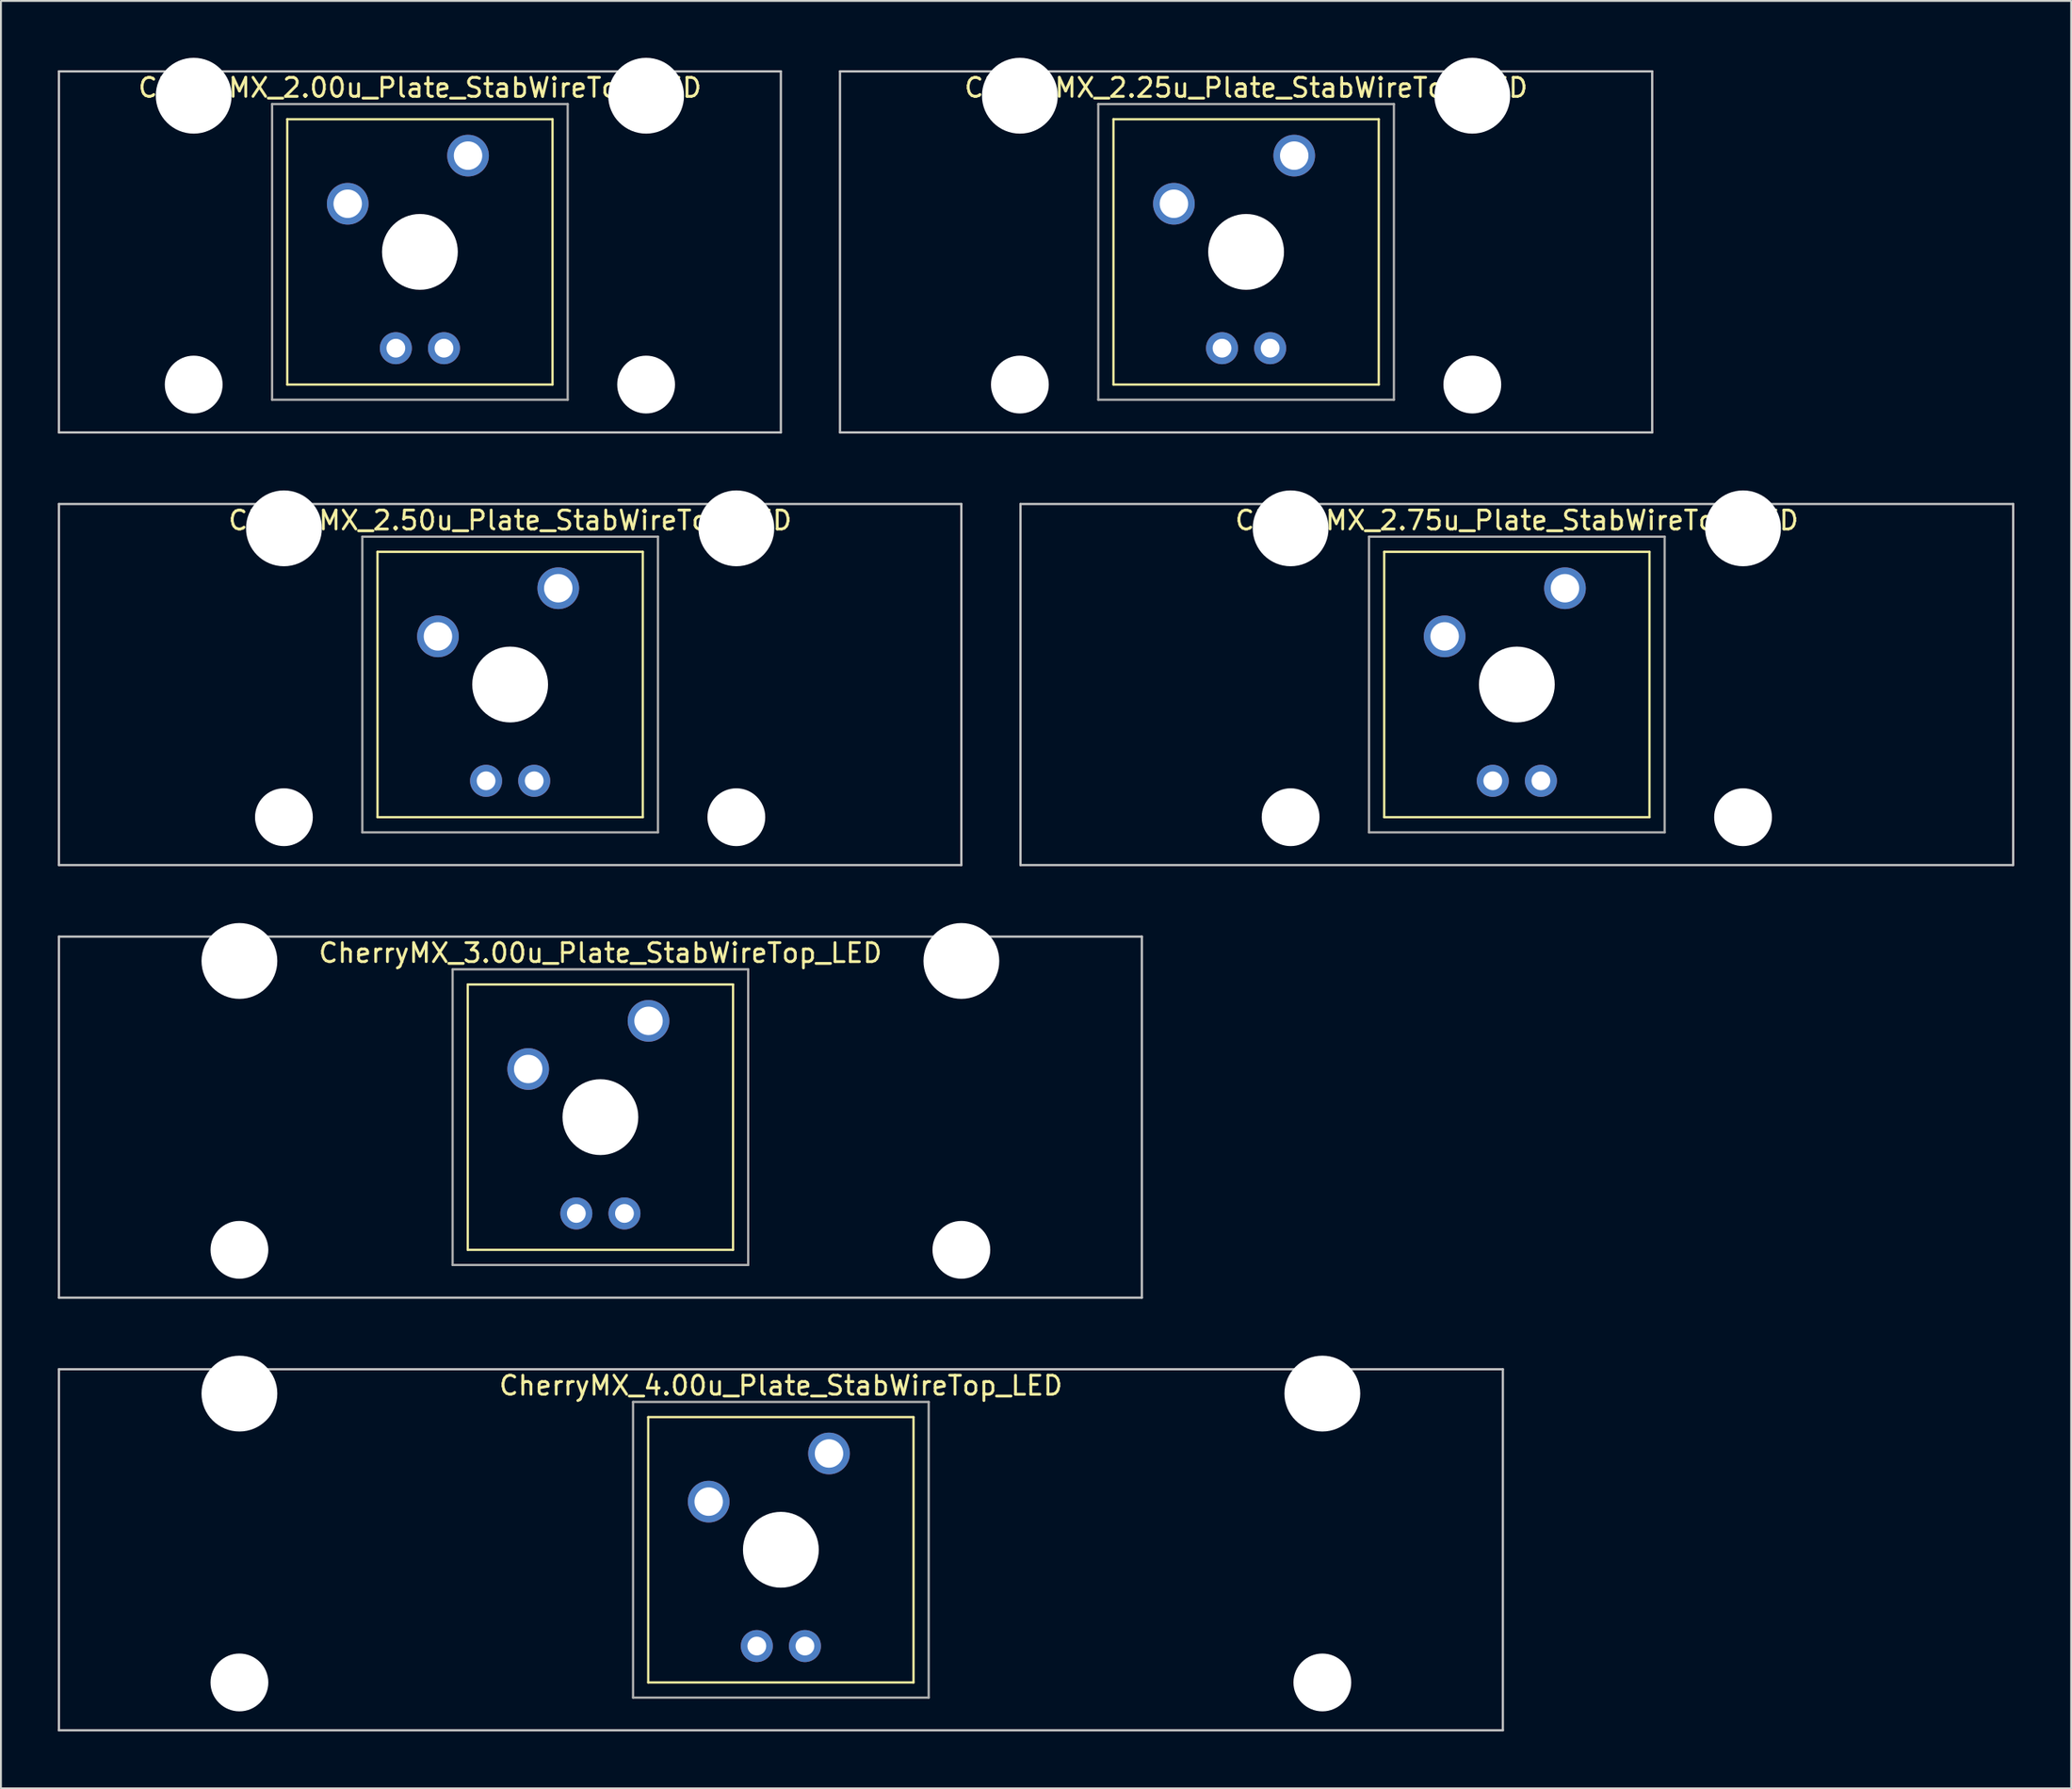
<source format=kicad_pcb>
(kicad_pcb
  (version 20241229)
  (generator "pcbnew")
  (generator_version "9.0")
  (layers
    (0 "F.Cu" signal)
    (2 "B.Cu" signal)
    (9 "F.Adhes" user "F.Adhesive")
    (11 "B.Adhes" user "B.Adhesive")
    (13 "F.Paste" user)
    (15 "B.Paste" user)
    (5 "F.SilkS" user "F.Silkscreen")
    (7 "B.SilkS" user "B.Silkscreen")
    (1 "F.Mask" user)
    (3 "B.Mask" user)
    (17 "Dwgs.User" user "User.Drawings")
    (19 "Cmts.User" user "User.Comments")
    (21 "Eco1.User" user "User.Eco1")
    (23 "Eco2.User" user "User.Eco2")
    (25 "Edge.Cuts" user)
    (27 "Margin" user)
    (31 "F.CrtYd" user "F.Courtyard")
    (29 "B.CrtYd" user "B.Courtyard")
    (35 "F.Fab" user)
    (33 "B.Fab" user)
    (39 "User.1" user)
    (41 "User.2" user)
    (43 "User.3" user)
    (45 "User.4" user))
  (footprint "CherryMX_2.75u_Plate_StabWireTop_LED"
    (layer "F.Cu")
    (at 76.999 33.065)
    (property "Reference" "CherryMX_2.75u_Plate_StabWireTop_LED" (at 0 -8.662 0) (layer "F.SilkS") (effects (font (size 1 1) (thickness 0.15))))
    (attr through_hole)
    (fp_line (start -7 -7) (end -7 7) (stroke (width 0.12) (type solid)) (layer "F.SilkS"))
    (fp_line (start -7 -7) (end 7 -7) (stroke (width 0.12) (type solid)) (layer "F.SilkS"))
    (fp_line (start 7 -7) (end 7 7) (stroke (width 0.12) (type solid)) (layer "F.SilkS"))
    (fp_line (start 7 7) (end -7 7) (stroke (width 0.12) (type solid)) (layer "F.SilkS"))
    (fp_line (start -26.194 -9.525) (end 26.194 -9.525) (stroke (width 0.12) (type solid)) (layer "Dwgs.User"))
    (fp_line (start -26.194 9.525) (end -26.194 -9.525) (stroke (width 0.12) (type solid)) (layer "Dwgs.User"))
    (fp_line (start 26.194 -9.525) (end 26.194 9.525) (stroke (width 0.12) (type solid)) (layer "Dwgs.User"))
    (fp_line (start 26.194 9.525) (end -26.194 9.525) (stroke (width 0.12) (type solid)) (layer "Dwgs.User"))
    (fp_line (start -7.8 -7.8) (end -7.8 7.8) (stroke (width 0.12) (type solid)) (layer "F.Fab"))
    (fp_line (start -7.8 -7.8) (end 7.8 -7.8) (stroke (width 0.12) (type solid)) (layer "F.Fab"))
    (fp_line (start -7.8 7.8) (end 7.8 7.8) (stroke (width 0.12) (type solid)) (layer "F.Fab"))
    (fp_line (start 7.8 -7.8) (end 7.8 7.8) (stroke (width 0.12) (type solid)) (layer "F.Fab"))
    (pad "" np_thru_hole circle (at -11.938 -8.24) (size 4 4) (drill 4) (layers "*.Cu" "*.Mask"))
    (pad "" np_thru_hole circle (at -11.938 7) (size 3.05 3.05) (drill 3.05) (layers "*.Cu" "*.Mask"))
    (pad "" np_thru_hole circle (at 0 0) (size 4 4) (drill 4) (layers "*.Cu" "*.Mask"))
    (pad "" np_thru_hole circle (at 11.938 -8.24) (size 4 4) (drill 4) (layers "*.Cu" "*.Mask"))
    (pad "" np_thru_hole circle (at 11.938 7) (size 3.05 3.05) (drill 3.05) (layers "*.Cu" "*.Mask"))
    (pad "1" thru_hole circle (at -3.81 -2.54) (size 2.2 2.2) (drill 1.5) (layers "*.Cu" "*.Mask"))
    (pad "2" thru_hole circle (at 2.54 -5.08) (size 2.2 2.2) (drill 1.5) (layers "*.Cu" "*.Mask"))
    (pad "3" thru_hole circle (at -1.27 5.08) (size 1.691 1.691) (drill 0.991) (layers "*.Cu" "*.Mask"))
    (pad "4" thru_hole circle (at 1.27 5.08) (size 1.691 1.691) (drill 0.991) (layers "*.Cu" "*.Mask")))
  (footprint "CherryMX_2.00u_Plate_StabWireTop_LED"
    (layer "F.Cu")
    (at 19.11 10.24)
    (property "Reference" "CherryMX_2.00u_Plate_StabWireTop_LED" (at 0 -8.662 0) (layer "F.SilkS") (effects (font (size 1 1) (thickness 0.15))))
    (attr through_hole)
    (fp_line (start -7 -7) (end -7 7) (stroke (width 0.12) (type solid)) (layer "F.SilkS"))
    (fp_line (start -7 -7) (end 7 -7) (stroke (width 0.12) (type solid)) (layer "F.SilkS"))
    (fp_line (start 7 -7) (end 7 7) (stroke (width 0.12) (type solid)) (layer "F.SilkS"))
    (fp_line (start 7 7) (end -7 7) (stroke (width 0.12) (type solid)) (layer "F.SilkS"))
    (fp_line (start -19.05 -9.525) (end 19.05 -9.525) (stroke (width 0.12) (type solid)) (layer "Dwgs.User"))
    (fp_line (start -19.05 9.525) (end -19.05 -9.525) (stroke (width 0.12) (type solid)) (layer "Dwgs.User"))
    (fp_line (start 19.05 -9.525) (end 19.05 9.525) (stroke (width 0.12) (type solid)) (layer "Dwgs.User"))
    (fp_line (start 19.05 9.525) (end -19.05 9.525) (stroke (width 0.12) (type solid)) (layer "Dwgs.User"))
    (fp_line (start -7.8 -7.8) (end -7.8 7.8) (stroke (width 0.12) (type solid)) (layer "F.Fab"))
    (fp_line (start -7.8 -7.8) (end 7.8 -7.8) (stroke (width 0.12) (type solid)) (layer "F.Fab"))
    (fp_line (start -7.8 7.8) (end 7.8 7.8) (stroke (width 0.12) (type solid)) (layer "F.Fab"))
    (fp_line (start 7.8 -7.8) (end 7.8 7.8) (stroke (width 0.12) (type solid)) (layer "F.Fab"))
    (pad "" np_thru_hole circle (at -11.938 -8.24) (size 4 4) (drill 4) (layers "*.Cu" "*.Mask"))
    (pad "" np_thru_hole circle (at -11.938 7) (size 3.05 3.05) (drill 3.05) (layers "*.Cu" "*.Mask"))
    (pad "" np_thru_hole circle (at 0 0) (size 4 4) (drill 4) (layers "*.Cu" "*.Mask"))
    (pad "" np_thru_hole circle (at 11.938 -8.24) (size 4 4) (drill 4) (layers "*.Cu" "*.Mask"))
    (pad "" np_thru_hole circle (at 11.938 7) (size 3.05 3.05) (drill 3.05) (layers "*.Cu" "*.Mask"))
    (pad "1" thru_hole circle (at -3.81 -2.54) (size 2.2 2.2) (drill 1.5) (layers "*.Cu" "*.Mask"))
    (pad "2" thru_hole circle (at 2.54 -5.08) (size 2.2 2.2) (drill 1.5) (layers "*.Cu" "*.Mask"))
    (pad "3" thru_hole circle (at -1.27 5.08) (size 1.691 1.691) (drill 0.991) (layers "*.Cu" "*.Mask"))
    (pad "4" thru_hole circle (at 1.27 5.08) (size 1.691 1.691) (drill 0.991) (layers "*.Cu" "*.Mask")))
  (footprint "CherryMX_3.00u_Plate_StabWireTop_LED"
    (layer "F.Cu")
    (at 28.635 55.89)
    (property "Reference" "CherryMX_3.00u_Plate_StabWireTop_LED" (at 0 -8.662 0) (layer "F.SilkS") (effects (font (size 1 1) (thickness 0.15))))
    (attr through_hole)
    (fp_line (start -7 -7) (end -7 7) (stroke (width 0.12) (type solid)) (layer "F.SilkS"))
    (fp_line (start -7 -7) (end 7 -7) (stroke (width 0.12) (type solid)) (layer "F.SilkS"))
    (fp_line (start 7 -7) (end 7 7) (stroke (width 0.12) (type solid)) (layer "F.SilkS"))
    (fp_line (start 7 7) (end -7 7) (stroke (width 0.12) (type solid)) (layer "F.SilkS"))
    (fp_line (start -28.575 -9.525) (end 28.575 -9.525) (stroke (width 0.12) (type solid)) (layer "Dwgs.User"))
    (fp_line (start -28.575 9.525) (end -28.575 -9.525) (stroke (width 0.12) (type solid)) (layer "Dwgs.User"))
    (fp_line (start 28.575 -9.525) (end 28.575 9.525) (stroke (width 0.12) (type solid)) (layer "Dwgs.User"))
    (fp_line (start 28.575 9.525) (end -28.575 9.525) (stroke (width 0.12) (type solid)) (layer "Dwgs.User"))
    (fp_line (start -7.8 -7.8) (end -7.8 7.8) (stroke (width 0.12) (type solid)) (layer "F.Fab"))
    (fp_line (start -7.8 -7.8) (end 7.8 -7.8) (stroke (width 0.12) (type solid)) (layer "F.Fab"))
    (fp_line (start -7.8 7.8) (end 7.8 7.8) (stroke (width 0.12) (type solid)) (layer "F.Fab"))
    (fp_line (start 7.8 -7.8) (end 7.8 7.8) (stroke (width 0.12) (type solid)) (layer "F.Fab"))
    (pad "" np_thru_hole circle (at -19.05 -8.24) (size 4 4) (drill 4) (layers "*.Cu" "*.Mask"))
    (pad "" np_thru_hole circle (at -19.05 7) (size 3.05 3.05) (drill 3.05) (layers "*.Cu" "*.Mask"))
    (pad "" np_thru_hole circle (at 0 0) (size 4 4) (drill 4) (layers "*.Cu" "*.Mask"))
    (pad "" np_thru_hole circle (at 19.05 -8.24) (size 4 4) (drill 4) (layers "*.Cu" "*.Mask"))
    (pad "" np_thru_hole circle (at 19.05 7) (size 3.05 3.05) (drill 3.05) (layers "*.Cu" "*.Mask"))
    (pad "1" thru_hole circle (at -3.81 -2.54) (size 2.2 2.2) (drill 1.5) (layers "*.Cu" "*.Mask"))
    (pad "2" thru_hole circle (at 2.54 -5.08) (size 2.2 2.2) (drill 1.5) (layers "*.Cu" "*.Mask"))
    (pad "3" thru_hole circle (at -1.27 5.08) (size 1.691 1.691) (drill 0.991) (layers "*.Cu" "*.Mask"))
    (pad "4" thru_hole circle (at 1.27 5.08) (size 1.691 1.691) (drill 0.991) (layers "*.Cu" "*.Mask")))
  (footprint "CherryMX_2.25u_Plate_StabWireTop_LED"
    (layer "F.Cu")
    (at 62.711 10.24)
    (property "Reference" "CherryMX_2.25u_Plate_StabWireTop_LED" (at 0 -8.662 0) (layer "F.SilkS") (effects (font (size 1 1) (thickness 0.15))))
    (attr through_hole)
    (fp_line (start -7 -7) (end -7 7) (stroke (width 0.12) (type solid)) (layer "F.SilkS"))
    (fp_line (start -7 -7) (end 7 -7) (stroke (width 0.12) (type solid)) (layer "F.SilkS"))
    (fp_line (start 7 -7) (end 7 7) (stroke (width 0.12) (type solid)) (layer "F.SilkS"))
    (fp_line (start 7 7) (end -7 7) (stroke (width 0.12) (type solid)) (layer "F.SilkS"))
    (fp_line (start -21.431 -9.525) (end 21.431 -9.525) (stroke (width 0.12) (type solid)) (layer "Dwgs.User"))
    (fp_line (start -21.431 9.525) (end -21.431 -9.525) (stroke (width 0.12) (type solid)) (layer "Dwgs.User"))
    (fp_line (start 21.431 -9.525) (end 21.431 9.525) (stroke (width 0.12) (type solid)) (layer "Dwgs.User"))
    (fp_line (start 21.431 9.525) (end -21.431 9.525) (stroke (width 0.12) (type solid)) (layer "Dwgs.User"))
    (fp_line (start -7.8 -7.8) (end -7.8 7.8) (stroke (width 0.12) (type solid)) (layer "F.Fab"))
    (fp_line (start -7.8 -7.8) (end 7.8 -7.8) (stroke (width 0.12) (type solid)) (layer "F.Fab"))
    (fp_line (start -7.8 7.8) (end 7.8 7.8) (stroke (width 0.12) (type solid)) (layer "F.Fab"))
    (fp_line (start 7.8 -7.8) (end 7.8 7.8) (stroke (width 0.12) (type solid)) (layer "F.Fab"))
    (pad "" np_thru_hole circle (at -11.938 -8.24) (size 4 4) (drill 4) (layers "*.Cu" "*.Mask"))
    (pad "" np_thru_hole circle (at -11.938 7) (size 3.05 3.05) (drill 3.05) (layers "*.Cu" "*.Mask"))
    (pad "" np_thru_hole circle (at 0 0) (size 4 4) (drill 4) (layers "*.Cu" "*.Mask"))
    (pad "" np_thru_hole circle (at 11.938 -8.24) (size 4 4) (drill 4) (layers "*.Cu" "*.Mask"))
    (pad "" np_thru_hole circle (at 11.938 7) (size 3.05 3.05) (drill 3.05) (layers "*.Cu" "*.Mask"))
    (pad "1" thru_hole circle (at -3.81 -2.54) (size 2.2 2.2) (drill 1.5) (layers "*.Cu" "*.Mask"))
    (pad "2" thru_hole circle (at 2.54 -5.08) (size 2.2 2.2) (drill 1.5) (layers "*.Cu" "*.Mask"))
    (pad "3" thru_hole circle (at -1.27 5.08) (size 1.691 1.691) (drill 0.991) (layers "*.Cu" "*.Mask"))
    (pad "4" thru_hole circle (at 1.27 5.08) (size 1.691 1.691) (drill 0.991) (layers "*.Cu" "*.Mask")))
  (footprint "CherryMX_4.00u_Plate_StabWireTop_LED"
    (layer "F.Cu")
    (at 38.16 78.715)
    (property "Reference" "CherryMX_4.00u_Plate_StabWireTop_LED" (at 0 -8.662 0) (layer "F.SilkS") (effects (font (size 1 1) (thickness 0.15))))
    (attr through_hole)
    (fp_line (start -7 -7) (end -7 7) (stroke (width 0.12) (type solid)) (layer "F.SilkS"))
    (fp_line (start -7 -7) (end 7 -7) (stroke (width 0.12) (type solid)) (layer "F.SilkS"))
    (fp_line (start 7 -7) (end 7 7) (stroke (width 0.12) (type solid)) (layer "F.SilkS"))
    (fp_line (start 7 7) (end -7 7) (stroke (width 0.12) (type solid)) (layer "F.SilkS"))
    (fp_line (start -38.1 -9.525) (end 38.1 -9.525) (stroke (width 0.12) (type solid)) (layer "Dwgs.User"))
    (fp_line (start -38.1 9.525) (end -38.1 -9.525) (stroke (width 0.12) (type solid)) (layer "Dwgs.User"))
    (fp_line (start 38.1 -9.525) (end 38.1 9.525) (stroke (width 0.12) (type solid)) (layer "Dwgs.User"))
    (fp_line (start 38.1 9.525) (end -38.1 9.525) (stroke (width 0.12) (type solid)) (layer "Dwgs.User"))
    (fp_line (start -7.8 -7.8) (end -7.8 7.8) (stroke (width 0.12) (type solid)) (layer "F.Fab"))
    (fp_line (start -7.8 -7.8) (end 7.8 -7.8) (stroke (width 0.12) (type solid)) (layer "F.Fab"))
    (fp_line (start -7.8 7.8) (end 7.8 7.8) (stroke (width 0.12) (type solid)) (layer "F.Fab"))
    (fp_line (start 7.8 -7.8) (end 7.8 7.8) (stroke (width 0.12) (type solid)) (layer "F.Fab"))
    (pad "" np_thru_hole circle (at -28.575 -8.24) (size 4 4) (drill 4) (layers "*.Cu" "*.Mask"))
    (pad "" np_thru_hole circle (at -28.575 7) (size 3.05 3.05) (drill 3.05) (layers "*.Cu" "*.Mask"))
    (pad "" np_thru_hole circle (at 0 0) (size 4 4) (drill 4) (layers "*.Cu" "*.Mask"))
    (pad "" np_thru_hole circle (at 28.575 -8.24) (size 4 4) (drill 4) (layers "*.Cu" "*.Mask"))
    (pad "" np_thru_hole circle (at 28.575 7) (size 3.05 3.05) (drill 3.05) (layers "*.Cu" "*.Mask"))
    (pad "1" thru_hole circle (at -3.81 -2.54) (size 2.2 2.2) (drill 1.5) (layers "*.Cu" "*.Mask"))
    (pad "2" thru_hole circle (at 2.54 -5.08) (size 2.2 2.2) (drill 1.5) (layers "*.Cu" "*.Mask"))
    (pad "3" thru_hole circle (at -1.27 5.08) (size 1.691 1.691) (drill 0.991) (layers "*.Cu" "*.Mask"))
    (pad "4" thru_hole circle (at 1.27 5.08) (size 1.691 1.691) (drill 0.991) (layers "*.Cu" "*.Mask")))
  (footprint "CherryMX_2.50u_Plate_StabWireTop_LED"
    (layer "F.Cu")
    (at 23.872 33.065)
    (property "Reference" "CherryMX_2.50u_Plate_StabWireTop_LED" (at 0 -8.662 0) (layer "F.SilkS") (effects (font (size 1 1) (thickness 0.15))))
    (attr through_hole)
    (fp_line (start -7 -7) (end -7 7) (stroke (width 0.12) (type solid)) (layer "F.SilkS"))
    (fp_line (start -7 -7) (end 7 -7) (stroke (width 0.12) (type solid)) (layer "F.SilkS"))
    (fp_line (start 7 -7) (end 7 7) (stroke (width 0.12) (type solid)) (layer "F.SilkS"))
    (fp_line (start 7 7) (end -7 7) (stroke (width 0.12) (type solid)) (layer "F.SilkS"))
    (fp_line (start -23.812 -9.525) (end 23.812 -9.525) (stroke (width 0.12) (type solid)) (layer "Dwgs.User"))
    (fp_line (start -23.812 9.525) (end -23.812 -9.525) (stroke (width 0.12) (type solid)) (layer "Dwgs.User"))
    (fp_line (start 23.812 -9.525) (end 23.812 9.525) (stroke (width 0.12) (type solid)) (layer "Dwgs.User"))
    (fp_line (start 23.812 9.525) (end -23.812 9.525) (stroke (width 0.12) (type solid)) (layer "Dwgs.User"))
    (fp_line (start -7.8 -7.8) (end -7.8 7.8) (stroke (width 0.12) (type solid)) (layer "F.Fab"))
    (fp_line (start -7.8 -7.8) (end 7.8 -7.8) (stroke (width 0.12) (type solid)) (layer "F.Fab"))
    (fp_line (start -7.8 7.8) (end 7.8 7.8) (stroke (width 0.12) (type solid)) (layer "F.Fab"))
    (fp_line (start 7.8 -7.8) (end 7.8 7.8) (stroke (width 0.12) (type solid)) (layer "F.Fab"))
    (pad "" np_thru_hole circle (at -11.938 -8.24) (size 4 4) (drill 4) (layers "*.Cu" "*.Mask"))
    (pad "" np_thru_hole circle (at -11.938 7) (size 3.05 3.05) (drill 3.05) (layers "*.Cu" "*.Mask"))
    (pad "" np_thru_hole circle (at 0 0) (size 4 4) (drill 4) (layers "*.Cu" "*.Mask"))
    (pad "" np_thru_hole circle (at 11.938 -8.24) (size 4 4) (drill 4) (layers "*.Cu" "*.Mask"))
    (pad "" np_thru_hole circle (at 11.938 7) (size 3.05 3.05) (drill 3.05) (layers "*.Cu" "*.Mask"))
    (pad "1" thru_hole circle (at -3.81 -2.54) (size 2.2 2.2) (drill 1.5) (layers "*.Cu" "*.Mask"))
    (pad "2" thru_hole circle (at 2.54 -5.08) (size 2.2 2.2) (drill 1.5) (layers "*.Cu" "*.Mask"))
    (pad "3" thru_hole circle (at -1.27 5.08) (size 1.691 1.691) (drill 0.991) (layers "*.Cu" "*.Mask"))
    (pad "4" thru_hole circle (at 1.27 5.08) (size 1.691 1.691) (drill 0.991) (layers "*.Cu" "*.Mask")))
  (gr_rect
    (start -3 -3)
    (end 106.252 91.3)
    (stroke (width 0.1) (type default))
    (fill no)
    (layer "Edge.Cuts")))
</source>
